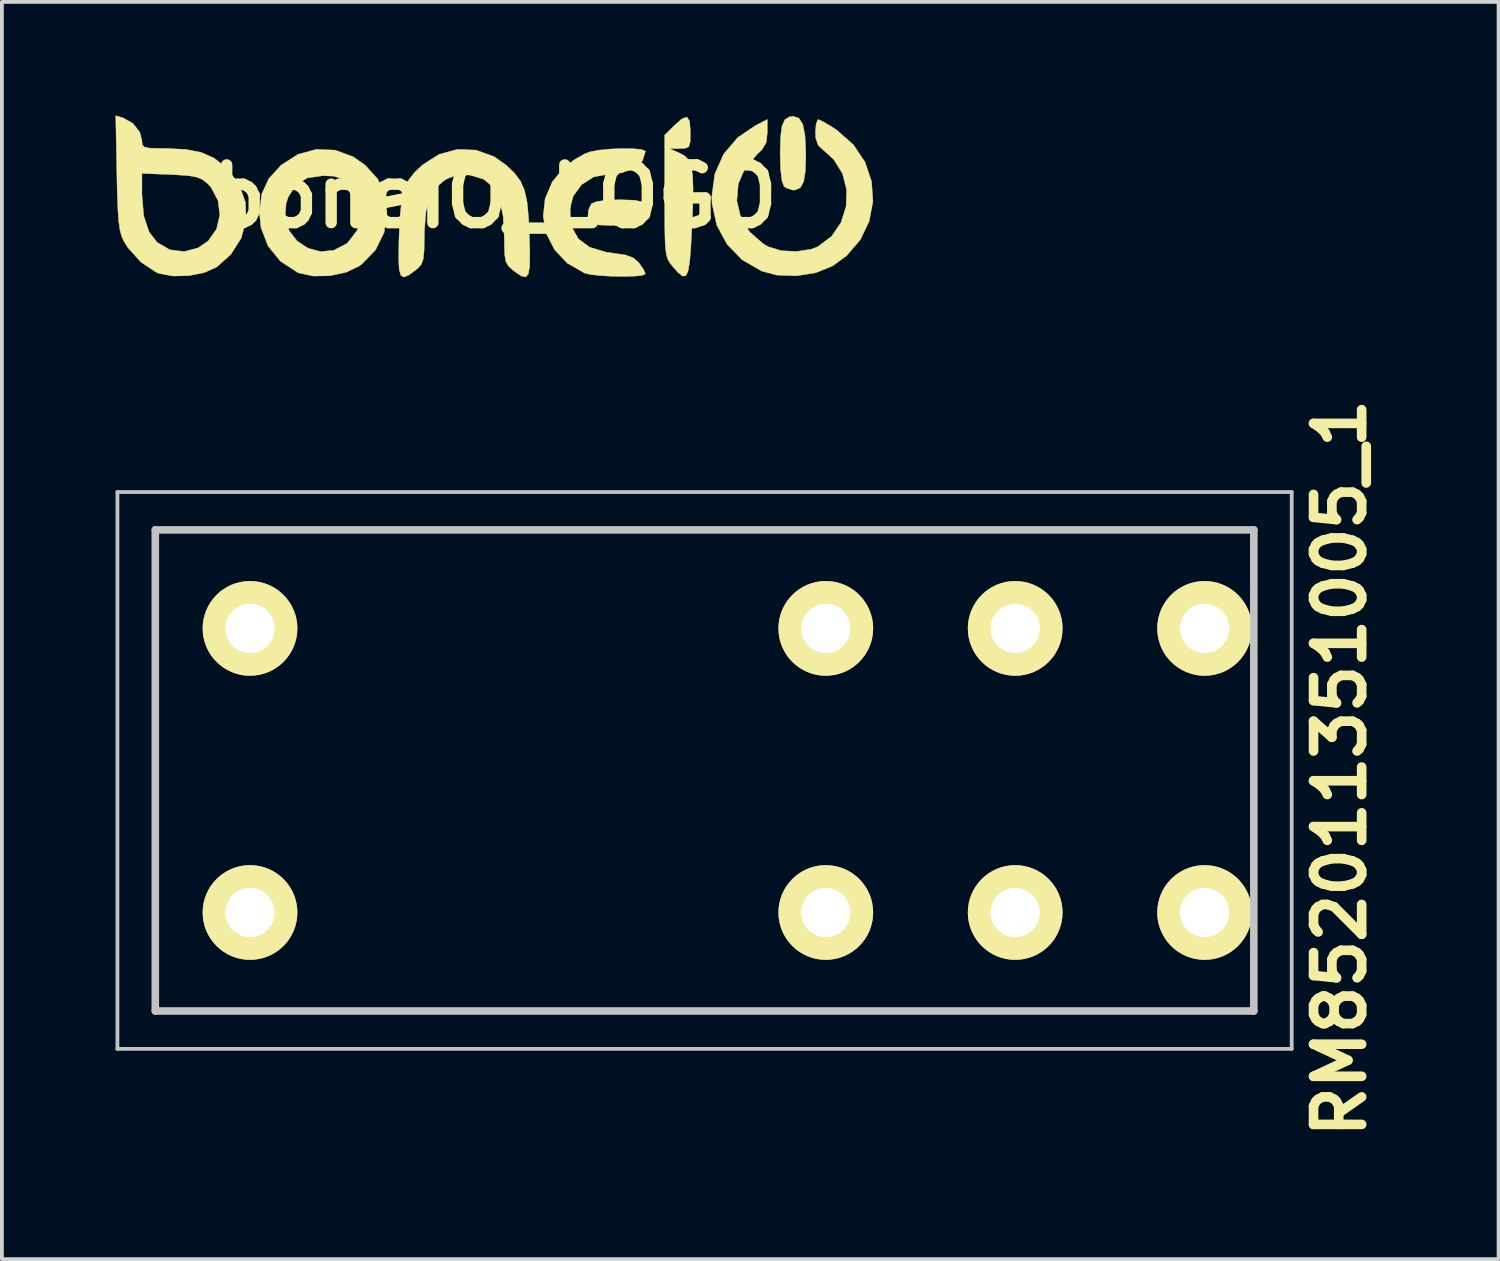
<source format=kicad_pcb>
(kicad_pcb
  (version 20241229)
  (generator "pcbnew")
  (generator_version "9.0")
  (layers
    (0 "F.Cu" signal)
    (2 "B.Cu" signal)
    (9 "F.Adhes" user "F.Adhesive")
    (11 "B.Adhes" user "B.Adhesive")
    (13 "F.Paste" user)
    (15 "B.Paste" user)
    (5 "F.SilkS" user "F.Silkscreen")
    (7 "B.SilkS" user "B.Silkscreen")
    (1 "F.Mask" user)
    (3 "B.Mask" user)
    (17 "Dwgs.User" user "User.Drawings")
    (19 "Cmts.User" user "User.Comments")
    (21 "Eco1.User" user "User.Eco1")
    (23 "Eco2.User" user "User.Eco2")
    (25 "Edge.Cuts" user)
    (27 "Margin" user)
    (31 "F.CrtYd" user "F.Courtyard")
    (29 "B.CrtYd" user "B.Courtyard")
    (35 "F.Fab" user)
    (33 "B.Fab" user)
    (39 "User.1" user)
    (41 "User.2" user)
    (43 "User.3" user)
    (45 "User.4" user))
  (footprint "RM852011351005_1"
    (layer "F.Cu")
    (at 23.75 21.039)
    (property "Reference" "RM852011351005_1" (at 8.572 -3.81 90) (layer "F.SilkS") (effects (font (size 1.27 1.27) (thickness 0.254))))
    (attr through_hole)
    (fp_line (start -22.7 -10.1) (end 6.3 -10.1) (stroke (width 0.1) (type solid)) (layer "F.SilkS"))
    (fp_line (start -22.7 2.6) (end -22.7 -10.1) (stroke (width 0.1) (type solid)) (layer "F.SilkS"))
    (fp_line (start 6.3 -10.1) (end 6.3 2.6) (stroke (width 0.1) (type solid)) (layer "F.SilkS"))
    (fp_line (start 6.3 2.6) (end -22.7 2.6) (stroke (width 0.1) (type solid)) (layer "F.SilkS"))
    (fp_line (start -23.7 -11.1) (end -23.7 3.6) (stroke (width 0.1) (type solid)) (layer "Dwgs.User"))
    (fp_line (start -23.7 3.6) (end 7.3 3.6) (stroke (width 0.1) (type solid)) (layer "Dwgs.User"))
    (fp_line (start -22.7 -10.1) (end 6.3 -10.1) (stroke (width 0.2) (type solid)) (layer "Dwgs.User"))
    (fp_line (start -22.7 2.6) (end -22.7 -10.1) (stroke (width 0.2) (type solid)) (layer "Dwgs.User"))
    (fp_line (start 6.3 -10.1) (end 6.3 2.6) (stroke (width 0.2) (type solid)) (layer "Dwgs.User"))
    (fp_line (start 6.3 2.6) (end -22.7 2.6) (stroke (width 0.2) (type solid)) (layer "Dwgs.User"))
    (fp_line (start 7.3 -11.1) (end -23.7 -11.1) (stroke (width 0.1) (type solid)) (layer "Dwgs.User"))
    (fp_line (start 7.3 3.6) (end 7.3 -11.1) (stroke (width 0.1) (type solid)) (layer "Dwgs.User"))
    (pad "11" thru_hole circle (at 0 0 90) (size 2.5 2.5) (drill 1.3) (layers "*.Cu" "*.Mask" "F.SilkS"))
    (pad "12" thru_hole circle (at -5 0 90) (size 2.5 2.5) (drill 1.3) (layers "*.Cu" "*.Mask" "F.SilkS"))
    (pad "14" thru_hole circle (at 5 0 90) (size 2.5 2.5) (drill 1.3) (layers "*.Cu" "*.Mask" "F.SilkS"))
    (pad "21" thru_hole circle (at 0 -7.5 90) (size 2.5 2.5) (drill 1.3) (layers "*.Cu" "*.Mask" "F.SilkS"))
    (pad "22" thru_hole circle (at -5 -7.5 90) (size 2.5 2.5) (drill 1.3) (layers "*.Cu" "*.Mask" "F.SilkS"))
    (pad "24" thru_hole circle (at 5 -7.5 90) (size 2.5 2.5) (drill 1.3) (layers "*.Cu" "*.Mask" "F.SilkS"))
    (pad "A1" thru_hole circle (at -20.2 0 90) (size 2.5 2.5) (drill 1.3) (layers "*.Cu" "*.Mask" "F.SilkS"))
    (pad "A2" thru_hole circle (at -20.2 -7.5 90) (size 2.5 2.5) (drill 1.3) (layers "*.Cu" "*.Mask" "F.SilkS")))
  (footprint "boneIO_LOGO"
    (layer "F.Cu")
    (at 10.01 2.138)
    (property "Reference" "boneIO_LOGO" (at 0 0 0) (layer "F.SilkS") (effects (font (size 1.524 1.524) (thickness 0.3))))
    (attr through_hole)
    (fp_poly (pts (xy 3.697 0.098) (xy 3.917 0.146) (xy 3.99 0.237) (xy 3.924 0.384) (xy 3.772 0.554) (xy 3.618 0.677) (xy 3.435 0.74) (xy 3.162 0.761) (xy 3.066 0.762) (xy 2.789 0.753) (xy 2.585 0.73) (xy 2.512 0.706) (xy 2.458 0.555) (xy 2.476 0.35) (xy 2.556 0.187) (xy 2.557 0.186) (xy 2.699 0.131) (xy 2.977 0.096) (xy 3.319 0.085) (xy 3.697 0.098)) (stroke (width 0.01) (type solid)) (fill yes) (layer "F.SilkS"))
    (fp_poly (pts (xy 8.034 -2.066) (xy 8.133 -1.903) (xy 8.191 -1.61) (xy 8.212 -1.171) (xy 8.213 -1.081) (xy 8.2 -0.664) (xy 8.155 -0.39) (xy 8.069 -0.234) (xy 7.934 -0.173) (xy 7.874 -0.169) (xy 7.696 -0.226) (xy 7.637 -0.271) (xy 7.583 -0.415) (xy 7.548 -0.708) (xy 7.535 -1.129) (xy 7.535 -1.143) (xy 7.546 -1.572) (xy 7.584 -1.859) (xy 7.658 -2.028) (xy 7.778 -2.104) (xy 7.888 -2.117) (xy 8.034 -2.066)) (stroke (width 0.01) (type solid)) (fill yes) (layer "F.SilkS"))
    (fp_poly (pts (xy 5.145 -1.985) (xy 5.165 -1.715) (xy 5.165 -1.693) (xy 5.16 -1.443) (xy 5.125 -1.317) (xy 5.033 -1.273) (xy 4.889 -1.267) (xy 4.614 -1.263) (xy 4.881 -1.147) (xy 5.018 -1.071) (xy 5.118 -0.963) (xy 5.185 -0.801) (xy 5.223 -0.56) (xy 5.237 -0.219) (xy 5.229 0.247) (xy 5.205 0.813) (xy 5.177 1.351) (xy 5.145 1.734) (xy 5.102 1.977) (xy 5.042 2.094) (xy 4.958 2.1) (xy 4.843 2.009) (xy 4.707 1.856) (xy 4.63 1.762) (xy 4.574 1.669) (xy 4.535 1.551) (xy 4.51 1.382) (xy 4.496 1.136) (xy 4.489 0.787) (xy 4.487 0.309) (xy 4.487 -0.013) (xy 4.487 -1.622) (xy 4.735 -1.869) (xy 4.946 -2.056) (xy 5.077 -2.097) (xy 5.145 -1.985)) (stroke (width 0.01) (type solid)) (fill yes) (layer "F.SilkS"))
    (fp_poly (pts (xy 3.657 -1.263) (xy 3.875 -1.241) (xy 3.977 -1.201) (xy 3.979 -1.192) (xy 3.901 -0.942) (xy 3.685 -0.748) (xy 3.356 -0.627) (xy 3.013 -0.593) (xy 2.614 -0.518) (xy 2.294 -0.314) (xy 2.073 -0.013) (xy 1.974 0.357) (xy 2.019 0.764) (xy 2.03 0.797) (xy 2.208 1.117) (xy 2.506 1.338) (xy 2.936 1.468) (xy 3.129 1.495) (xy 3.45 1.543) (xy 3.655 1.617) (xy 3.796 1.738) (xy 3.814 1.76) (xy 3.93 1.928) (xy 3.979 2.042) (xy 3.979 2.043) (xy 3.902 2.08) (xy 3.701 2.102) (xy 3.418 2.11) (xy 3.1 2.105) (xy 2.788 2.088) (xy 2.529 2.059) (xy 2.373 2.022) (xy 1.918 1.761) (xy 1.58 1.405) (xy 1.366 0.984) (xy 1.28 0.525) (xy 1.33 0.058) (xy 1.52 -0.388) (xy 1.826 -0.758) (xy 2.089 -0.963) (xy 2.37 -1.124) (xy 2.51 -1.178) (xy 2.749 -1.224) (xy 3.05 -1.254) (xy 3.367 -1.267) (xy 3.657 -1.263)) (stroke (width 0.01) (type solid)) (fill yes) (layer "F.SilkS"))
    (fp_poly (pts (xy -4.214 -1.225) (xy -3.738 -1.051) (xy -3.422 -0.829) (xy -3.091 -0.465) (xy -2.907 -0.063) (xy -2.846 0.423) (xy -2.92 0.95) (xy -3.147 1.412) (xy -3.517 1.791) (xy -3.58 1.837) (xy -3.93 2.002) (xy -4.357 2.092) (xy -4.793 2.1) (xy -5.167 2.019) (xy -5.207 2.002) (xy -5.657 1.708) (xy -5.983 1.307) (xy -6.17 0.823) (xy -6.197 0.564) (xy -5.536 0.564) (xy -5.429 0.901) (xy -5.217 1.174) (xy -4.93 1.364) (xy -4.598 1.453) (xy -4.251 1.421) (xy -3.919 1.249) (xy -3.871 1.209) (xy -3.631 0.892) (xy -3.529 0.52) (xy -3.566 0.136) (xy -3.742 -0.216) (xy -3.858 -0.344) (xy -4.038 -0.475) (xy -4.255 -0.537) (xy -4.53 -0.55) (xy -4.945 -0.491) (xy -5.248 -0.306) (xy -5.451 0.012) (xy -5.507 0.182) (xy -5.536 0.564) (xy -6.197 0.564) (xy -6.211 0.423) (xy -6.152 -0.064) (xy -5.968 -0.465) (xy -5.638 -0.829) (xy -5.637 -0.829) (xy -5.195 -1.114) (xy -4.71 -1.245) (xy -4.214 -1.225)) (stroke (width 0.01) (type solid)) (fill yes) (layer "F.SilkS"))
    (fp_poly (pts (xy 7.197 -1.69) (xy 7.168 -1.427) (xy 7.055 -1.236) (xy 6.93 -1.119) (xy 6.607 -0.75) (xy 6.429 -0.33) (xy 6.392 0.111) (xy 6.493 0.541) (xy 6.726 0.931) (xy 7.09 1.249) (xy 7.224 1.326) (xy 7.565 1.43) (xy 7.97 1.451) (xy 8.358 1.39) (xy 8.532 1.322) (xy 8.895 1.049) (xy 9.143 0.684) (xy 9.276 0.263) (xy 9.29 -0.177) (xy 9.183 -0.603) (xy 8.951 -0.977) (xy 8.723 -1.184) (xy 8.545 -1.346) (xy 8.475 -1.539) (xy 8.467 -1.699) (xy 8.484 -1.909) (xy 8.526 -2.024) (xy 8.542 -2.032) (xy 8.648 -1.988) (xy 8.845 -1.874) (xy 9.026 -1.757) (xy 9.47 -1.367) (xy 9.777 -0.906) (xy 9.948 -0.398) (xy 9.985 0.129) (xy 9.887 0.648) (xy 9.656 1.134) (xy 9.292 1.561) (xy 8.917 1.834) (xy 8.474 2.013) (xy 7.96 2.094) (xy 7.445 2.074) (xy 7.048 1.969) (xy 6.532 1.671) (xy 6.132 1.259) (xy 5.862 0.757) (xy 5.737 0.187) (xy 5.73 -0.001) (xy 5.811 -0.596) (xy 6.043 -1.12) (xy 6.416 -1.558) (xy 6.879 -1.872) (xy 7.197 -2.035) (xy 7.197 -1.69)) (stroke (width 0.01) (type solid)) (fill yes) (layer "F.SilkS"))
    (fp_poly (pts (xy -0.489 -1.225) (xy -0.013 -1.051) (xy 0.303 -0.829) (xy 0.522 -0.619) (xy 0.679 -0.409) (xy 0.786 -0.166) (xy 0.854 0.146) (xy 0.894 0.562) (xy 0.915 1.037) (xy 0.927 1.52) (xy 0.921 1.851) (xy 0.887 2.047) (xy 0.817 2.124) (xy 0.705 2.099) (xy 0.54 1.99) (xy 0.477 1.941) (xy 0.363 1.838) (xy 0.296 1.72) (xy 0.264 1.542) (xy 0.254 1.258) (xy 0.254 1.116) (xy 0.223 0.52) (xy 0.127 0.068) (xy -0.042 -0.252) (xy -0.294 -0.457) (xy -0.634 -0.56) (xy -0.693 -0.568) (xy -0.994 -0.569) (xy -1.246 -0.475) (xy -1.355 -0.407) (xy -1.576 -0.21) (xy -1.726 0.048) (xy -1.815 0.398) (xy -1.854 0.872) (xy -1.858 1.073) (xy -1.864 1.421) (xy -1.886 1.643) (xy -1.933 1.783) (xy -2.019 1.885) (xy -2.086 1.941) (xy -2.268 2.074) (xy -2.396 2.127) (xy -2.478 2.083) (xy -2.522 1.926) (xy -2.536 1.639) (xy -2.529 1.205) (xy -2.524 1.037) (xy -2.498 0.502) (xy -2.455 0.101) (xy -2.383 -0.2) (xy -2.271 -0.437) (xy -2.107 -0.645) (xy -1.912 -0.829) (xy -1.469 -1.114) (xy -0.985 -1.245) (xy -0.489 -1.225)) (stroke (width 0.01) (type solid)) (fill yes) (layer "F.SilkS"))
    (fp_poly (pts (xy -9.807 -2.075) (xy -9.55 -1.929) (xy -9.369 -1.696) (xy -9.313 -1.472) (xy -9.304 -1.368) (xy -9.251 -1.307) (xy -9.119 -1.279) (xy -8.872 -1.27) (xy -8.7 -1.27) (xy -8.162 -1.245) (xy -7.745 -1.164) (xy -7.407 -1.013) (xy -7.105 -0.776) (xy -7.057 -0.73) (xy -6.743 -0.308) (xy -6.58 0.156) (xy -6.565 0.635) (xy -6.694 1.101) (xy -6.965 1.527) (xy -7.341 1.863) (xy -7.666 2.009) (xy -8.076 2.09) (xy -8.499 2.099) (xy -8.865 2.029) (xy -8.932 2.002) (xy -9.339 1.733) (xy -9.683 1.351) (xy -9.792 1.176) (xy -9.85 1.045) (xy -9.894 0.88) (xy -9.926 0.654) (xy -9.948 0.338) (xy -9.963 -0.048) (xy -9.313 -0.048) (xy -9.266 0.512) (xy -9.123 0.938) (xy -8.911 1.211) (xy -8.575 1.406) (xy -8.201 1.453) (xy -7.83 1.355) (xy -7.564 1.172) (xy -7.343 0.858) (xy -7.257 0.488) (xy -7.304 0.108) (xy -7.485 -0.237) (xy -7.584 -0.345) (xy -7.712 -0.446) (xy -7.862 -0.511) (xy -8.078 -0.55) (xy -8.403 -0.573) (xy -8.558 -0.58) (xy -9.313 -0.61) (xy -9.313 -0.048) (xy -9.963 -0.048) (xy -9.965 -0.095) (xy -9.976 -0.622) (xy -10.005 -2.133) (xy -9.807 -2.075)) (stroke (width 0.01) (type solid)) (fill yes) (layer "F.SilkS")))
  (gr_rect
    (start -3 -3)
    (end 36.511 30.19)
    (stroke (width 0.1) (type default))
    (fill no)
    (layer "Edge.Cuts")))
</source>
